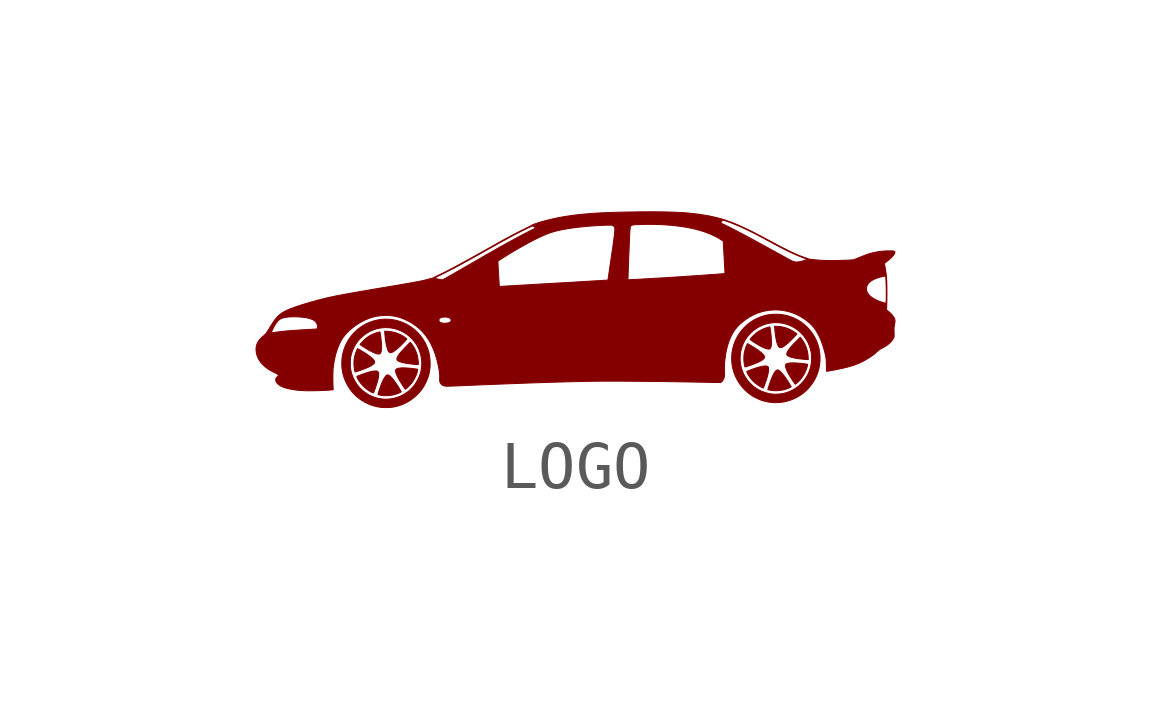
<source format=kicad_sym>
(kicad_symbol_lib
  (version 20210619)
  (generator bitmap2component)
  (symbol "LOGO"
    (pin_names
      (offset 1.016))
    (property "Reference" "#G"
      (at 0 4.667 0)
      (effects (font (size 1.27 1.27)) hide))
    (symbol "LOGO_0_0"
      (polyline (pts (xy -3.932 -2.244) (xy -3.9 -2.242) (xy -3.875 -2.24) (xy -3.831 -2.235) (xy -3.746 -2.217) (xy -3.664 -2.191) (xy -3.585 -2.158) (xy -3.509 -2.118) (xy -3.438 -2.071) (xy -3.371 -2.018) (xy -3.309 -1.959) (xy -3.253 -1.895) (xy -3.202 -1.825) (xy -3.159 -1.75) (xy -3.122 -1.67) (xy -3.099 -1.609) (xy -3.079 -1.541) (xy -3.066 -1.473) (xy -3.058 -1.402) (xy -3.056 -1.326) (xy -3.056 -1.323) (xy -3.059 -1.239) (xy -3.069 -1.159) (xy -3.086 -1.081) (xy -3.111 -1.006) (xy -3.143 -0.93) (xy -3.163 -0.889) (xy -3.208 -0.814) (xy -3.259 -0.745) (xy -3.316 -0.681) (xy -3.378 -0.623) (xy -3.445 -0.571) (xy -3.516 -0.526) (xy -3.592 -0.487) (xy -3.67 -0.455) (xy -3.752 -0.43) (xy -3.836 -0.413) (xy -3.922 -0.404) (xy -4.009 -0.403) (xy -4.036 -0.405) (xy -4.123 -0.414) (xy -4.208 -0.432) (xy -4.29 -0.458) (xy -4.368 -0.49) (xy -4.443 -0.529) (xy -4.513 -0.575) (xy -4.579 -0.627) (xy -4.64 -0.685) (xy -4.696 -0.748) (xy -4.745 -0.816) (xy -4.789 -0.889) (xy -4.826 -0.967) (xy -4.856 -1.049) (xy -4.878 -1.134) (xy -4.881 -1.145) (xy -4.889 -1.202) (xy -4.895 -1.264) (xy -4.897 -1.321) (xy -4.718 -1.321) (xy -4.718 -1.298) (xy -4.718 -1.269) (xy -4.717 -1.247) (xy -4.716 -1.228) (xy -4.714 -1.212) (xy -4.712 -1.197) (xy -4.709 -1.18) (xy -4.706 -1.17) (xy -4.684 -1.092) (xy -4.656 -1.018) (xy -4.62 -0.948) (xy -4.578 -0.883) (xy -4.529 -0.824) (xy -4.497 -0.791) (xy -4.438 -0.739) (xy -4.374 -0.694) (xy -4.307 -0.656) (xy -4.237 -0.625) (xy -4.164 -0.602) (xy -4.09 -0.587) (xy -4.015 -0.579) (xy -3.938 -0.579) (xy -3.862 -0.587) (xy -3.786 -0.603) (xy -3.712 -0.627) (xy -3.638 -0.659) (xy -3.612 -0.673) (xy -3.547 -0.714) (xy -3.486 -0.761) (xy -3.431 -0.815) (xy -3.381 -0.875) (xy -3.337 -0.938) (xy -3.301 -1.006) (xy -3.293 -1.023) (xy -3.268 -1.092) (xy -3.248 -1.163) (xy -3.236 -1.236) (xy -3.23 -1.308) (xy -3.232 -1.379) (xy -3.239 -1.435) (xy -3.249 -1.492) (xy -3.264 -1.546) (xy -3.284 -1.6) (xy -3.31 -1.657) (xy -3.316 -1.669) (xy -3.349 -1.726) (xy -3.385 -1.779) (xy -3.428 -1.829) (xy -3.47 -1.872) (xy -3.53 -1.922) (xy -3.596 -1.965) (xy -3.666 -2.002) (xy -3.739 -2.031) (xy -3.815 -2.052) (xy -3.893 -2.065) (xy -3.937 -2.069) (xy -4.013 -2.069) (xy -4.09 -2.061) (xy -4.166 -2.045) (xy -4.24 -2.021) (xy -4.31 -1.991) (xy -4.353 -1.967) (xy -4.419 -1.924) (xy -4.48 -1.874) (xy -4.535 -1.818) (xy -4.583 -1.757) (xy -4.625 -1.691) (xy -4.66 -1.621) (xy -4.688 -1.546) (xy -4.708 -1.467) (xy -4.712 -1.45) (xy -4.714 -1.434) (xy -4.716 -1.419) (xy -4.717 -1.401) (xy -4.718 -1.38) (xy -4.718 -1.354) (xy -4.718 -1.321) (xy -4.897 -1.321) (xy -4.897 -1.327) (xy -4.895 -1.389) (xy -4.89 -1.446) (xy -4.875 -1.53) (xy -4.851 -1.614) (xy -4.819 -1.696) (xy -4.78 -1.774) (xy -4.733 -1.849) (xy -4.679 -1.921) (xy -4.67 -1.931) (xy -4.612 -1.992) (xy -4.548 -2.047) (xy -4.478 -2.096) (xy -4.404 -2.139) (xy -4.327 -2.176) (xy -4.246 -2.205) (xy -4.163 -2.227) (xy -4.079 -2.24) (xy -4.064 -2.242) (xy -4.035 -2.243) (xy -4.002 -2.244) (xy -3.966 -2.244) (xy -3.932 -2.244)) (stroke (width 0.01)) (fill (type outline)))
      (polyline (pts (xy 4.218 -2.139) (xy 4.305 -2.128) (xy 4.39 -2.108) (xy 4.473 -2.081) (xy 4.553 -2.046) (xy 4.574 -2.036) (xy 4.639 -1.998) (xy 4.699 -1.957) (xy 4.755 -1.911) (xy 4.809 -1.859) (xy 4.833 -1.833) (xy 4.889 -1.764) (xy 4.938 -1.691) (xy 4.979 -1.614) (xy 5.012 -1.534) (xy 5.038 -1.451) (xy 5.055 -1.366) (xy 5.065 -1.278) (xy 5.066 -1.189) (xy 5.06 -1.11) (xy 5.046 -1.022) (xy 5.023 -0.938) (xy 4.993 -0.856) (xy 4.955 -0.778) (xy 4.909 -0.704) (xy 4.856 -0.633) (xy 4.795 -0.566) (xy 4.735 -0.512) (xy 4.666 -0.459) (xy 4.592 -0.413) (xy 4.513 -0.375) (xy 4.431 -0.344) (xy 4.346 -0.321) (xy 4.258 -0.305) (xy 4.255 -0.305) (xy 4.215 -0.302) (xy 4.169 -0.3) (xy 4.121 -0.3) (xy 4.073 -0.302) (xy 4.029 -0.306) (xy 3.99 -0.311) (xy 3.935 -0.323) (xy 3.849 -0.347) (xy 3.768 -0.38) (xy 3.69 -0.419) (xy 3.616 -0.466) (xy 3.547 -0.519) (xy 3.483 -0.58) (xy 3.425 -0.646) (xy 3.373 -0.718) (xy 3.342 -0.77) (xy 3.302 -0.848) (xy 3.271 -0.929) (xy 3.248 -1.012) (xy 3.232 -1.098) (xy 3.225 -1.187) (xy 3.225 -1.226) (xy 3.226 -1.253) (xy 3.401 -1.253) (xy 3.402 -1.176) (xy 3.41 -1.099) (xy 3.426 -1.024) (xy 3.45 -0.951) (xy 3.481 -0.881) (xy 3.519 -0.815) (xy 3.557 -0.762) (xy 3.609 -0.703) (xy 3.666 -0.65) (xy 3.727 -0.603) (xy 3.793 -0.564) (xy 3.862 -0.531) (xy 3.935 -0.505) (xy 4.01 -0.487) (xy 4.086 -0.477) (xy 4.164 -0.475) (xy 4.243 -0.481) (xy 4.258 -0.483) (xy 4.336 -0.499) (xy 4.41 -0.523) (xy 4.482 -0.555) (xy 4.55 -0.594) (xy 4.613 -0.639) (xy 4.672 -0.692) (xy 4.725 -0.75) (xy 4.726 -0.752) (xy 4.772 -0.815) (xy 4.811 -0.883) (xy 4.842 -0.953) (xy 4.866 -1.026) (xy 4.882 -1.101) (xy 4.89 -1.177) (xy 4.891 -1.253) (xy 4.883 -1.33) (xy 4.868 -1.405) (xy 4.845 -1.48) (xy 4.813 -1.552) (xy 4.812 -1.554) (xy 4.773 -1.623) (xy 4.727 -1.687) (xy 4.675 -1.745) (xy 4.618 -1.797) (xy 4.555 -1.843) (xy 4.488 -1.882) (xy 4.417 -1.915) (xy 4.341 -1.94) (xy 4.263 -1.957) (xy 4.255 -1.958) (xy 4.226 -1.961) (xy 4.193 -1.963) (xy 4.158 -1.965) (xy 4.124 -1.965) (xy 4.092 -1.964) (xy 4.067 -1.962) (xy 3.998 -1.951) (xy 3.922 -1.931) (xy 3.849 -1.904) (xy 3.78 -1.87) (xy 3.715 -1.829) (xy 3.655 -1.781) (xy 3.6 -1.728) (xy 3.55 -1.669) (xy 3.507 -1.605) (xy 3.47 -1.537) (xy 3.441 -1.464) (xy 3.423 -1.405) (xy 3.408 -1.33) (xy 3.401 -1.253) (xy 3.226 -1.253) (xy 3.228 -1.3) (xy 3.236 -1.372) (xy 3.251 -1.443) (xy 3.273 -1.516) (xy 3.304 -1.595) (xy 3.343 -1.672) (xy 3.389 -1.745) (xy 3.442 -1.814) (xy 3.501 -1.878) (xy 3.566 -1.937) (xy 3.637 -1.989) (xy 3.638 -1.99) (xy 3.669 -2.009) (xy 3.705 -2.029) (xy 3.744 -2.048) (xy 3.783 -2.067) (xy 3.821 -2.082) (xy 3.854 -2.095) (xy 3.903 -2.109) (xy 3.954 -2.121) (xy 4.005 -2.131) (xy 4.052 -2.137) (xy 4.131 -2.142) (xy 4.218 -2.139)) (stroke (width 0.01)) (fill (type outline)))
      (polyline (pts (xy -5.52 -1.894) (xy -5.466 -1.893) (xy -5.41 -1.892) (xy -5.354 -1.891) (xy -5.301 -1.889) (xy -5.249 -1.887) (xy -5.202 -1.884) (xy -5.159 -1.881) (xy -5.123 -1.878) (xy -5.093 -1.875) (xy -5.075 -1.872) (xy -5.079 -1.79) (xy -5.08 -1.76) (xy -5.081 -1.71) (xy -5.082 -1.659) (xy -5.082 -1.608) (xy -5.082 -1.559) (xy -5.08 -1.513) (xy -5.079 -1.471) (xy -5.077 -1.435) (xy -5.074 -1.407) (xy -5.059 -1.303) (xy -5.039 -1.2) (xy -5.014 -1.103) (xy -4.985 -1.014) (xy -4.951 -0.931) (xy -4.913 -0.855) (xy -4.87 -0.786) (xy -4.857 -0.768) (xy -4.813 -0.715) (xy -4.763 -0.661) (xy -4.706 -0.61) (xy -4.645 -0.561) (xy -4.581 -0.515) (xy -4.513 -0.473) (xy -4.445 -0.436) (xy -4.411 -0.42) (xy -4.343 -0.391) (xy -4.278 -0.368) (xy -4.213 -0.35) (xy -4.147 -0.338) (xy -4.079 -0.33) (xy -4.005 -0.326) (xy -3.987 -0.326) (xy -3.957 -0.325) (xy -3.932 -0.325) (xy -3.911 -0.326) (xy -3.892 -0.328) (xy -3.871 -0.33) (xy -3.849 -0.333) (xy -3.814 -0.338) (xy -3.756 -0.35) (xy -3.701 -0.364) (xy -3.648 -0.382) (xy -3.593 -0.404) (xy -3.553 -0.423) (xy -2.873 -0.423) (xy -2.871 -0.406) (xy -2.861 -0.39) (xy -2.843 -0.376) (xy -2.818 -0.366) (xy -2.786 -0.36) (xy -2.747 -0.358) (xy -2.714 -0.36) (xy -2.683 -0.365) (xy -2.658 -0.375) (xy -2.657 -0.375) (xy -2.636 -0.389) (xy -2.623 -0.405) (xy -2.618 -0.422) (xy -2.62 -0.439) (xy -2.63 -0.455) (xy -2.647 -0.469) (xy -2.672 -0.479) (xy -2.676 -0.48) (xy -2.697 -0.484) (xy -2.722 -0.486) (xy -2.749 -0.487) (xy -2.776 -0.487) (xy -2.799 -0.485) (xy -2.816 -0.481) (xy -2.831 -0.476) (xy -2.851 -0.467) (xy -2.864 -0.455) (xy -2.871 -0.441) (xy -2.873 -0.423) (xy -3.553 -0.423) (xy -3.534 -0.432) (xy -3.51 -0.444) (xy -3.428 -0.49) (xy -3.353 -0.542) (xy -3.283 -0.599) (xy -3.218 -0.662) (xy -3.159 -0.731) (xy -3.105 -0.806) (xy -3.056 -0.888) (xy -3.011 -0.977) (xy -2.97 -1.074) (xy -2.964 -1.09) (xy -2.947 -1.141) (xy -2.93 -1.195) (xy -2.914 -1.252) (xy -2.9 -1.31) (xy -2.887 -1.367) (xy -2.876 -1.423) (xy -2.867 -1.475) (xy -2.861 -1.524) (xy -2.857 -1.567) (xy -2.857 -1.604) (xy -2.857 -1.608) (xy -2.858 -1.639) (xy -2.858 -1.662) (xy -2.857 -1.68) (xy -2.856 -1.693) (xy -2.854 -1.704) (xy -2.851 -1.714) (xy -2.847 -1.724) (xy -2.834 -1.746) (xy -2.814 -1.768) (xy -2.789 -1.784) (xy -2.757 -1.794) (xy -2.72 -1.799) (xy -2.714 -1.799) (xy -2.699 -1.799) (xy -2.676 -1.799) (xy -2.647 -1.798) (xy -2.612 -1.797) (xy -2.573 -1.795) (xy -2.529 -1.794) (xy -2.482 -1.792) (xy -2.433 -1.79) (xy -2.382 -1.788) (xy -2.359 -1.787) (xy -2.111 -1.776) (xy -1.87 -1.766) (xy -1.636 -1.757) (xy -1.409 -1.748) (xy -1.189 -1.74) (xy -0.977 -1.732) (xy -0.772 -1.725) (xy -0.575 -1.719) (xy -0.386 -1.713) (xy -0.205 -1.708) (xy -0.032 -1.704) (xy 0.132 -1.7) (xy 0.289 -1.697) (xy 0.318 -1.697) (xy 0.396 -1.696) (xy 0.481 -1.695) (xy 0.574 -1.694) (xy 0.674 -1.694) (xy 0.781 -1.694) (xy 0.894 -1.694) (xy 1.014 -1.695) (xy 1.138 -1.696) (xy 1.268 -1.697) (xy 1.402 -1.698) (xy 1.541 -1.7) (xy 1.683 -1.701) (xy 1.829 -1.703) (xy 1.978 -1.705) (xy 2.13 -1.708) (xy 2.283 -1.71) (xy 2.439 -1.713) (xy 2.595 -1.716) (xy 2.753 -1.719) (xy 2.768 -1.72) (xy 2.811 -1.72) (xy 2.851 -1.721) (xy 2.888 -1.722) (xy 2.921 -1.722) (xy 2.948 -1.722) (xy 2.97 -1.722) (xy 2.984 -1.722) (xy 2.991 -1.721) (xy 2.992 -1.721) (xy 3.008 -1.714) (xy 3.025 -1.7) (xy 3.04 -1.68) (xy 3.054 -1.656) (xy 3.065 -1.63) (xy 3.073 -1.603) (xy 3.077 -1.577) (xy 3.077 -1.552) (xy 3.076 -1.545) (xy 3.075 -1.527) (xy 3.074 -1.503) (xy 3.074 -1.475) (xy 3.074 -1.444) (xy 3.075 -1.412) (xy 3.075 -1.379) (xy 3.076 -1.349) (xy 3.077 -1.322) (xy 3.079 -1.3) (xy 3.084 -1.248) (xy 3.098 -1.141) (xy 3.117 -1.04) (xy 3.142 -0.945) (xy 3.171 -0.856) (xy 3.206 -0.774) (xy 3.245 -0.698) (xy 3.289 -0.629) (xy 3.338 -0.567) (xy 3.392 -0.511) (xy 3.436 -0.473) (xy 3.515 -0.411) (xy 3.597 -0.358) (xy 3.681 -0.313) (xy 3.767 -0.276) (xy 3.856 -0.247) (xy 3.947 -0.226) (xy 4.04 -0.214) (xy 4.135 -0.209) (xy 4.205 -0.212) (xy 4.3 -0.222) (xy 4.392 -0.241) (xy 4.481 -0.267) (xy 4.569 -0.302) (xy 4.654 -0.345) (xy 4.736 -0.397) (xy 4.748 -0.405) (xy 4.806 -0.448) (xy 4.858 -0.493) (xy 4.904 -0.539) (xy 4.945 -0.589) (xy 4.984 -0.644) (xy 5.02 -0.706) (xy 5.023 -0.71) (xy 5.048 -0.76) (xy 5.074 -0.818) (xy 5.098 -0.879) (xy 5.122 -0.944) (xy 5.142 -1.01) (xy 5.16 -1.075) (xy 5.161 -1.078) (xy 5.17 -1.115) (xy 5.178 -1.146) (xy 5.184 -1.174) (xy 5.188 -1.199) (xy 5.191 -1.225) (xy 5.194 -1.252) (xy 5.195 -1.282) (xy 5.197 -1.317) (xy 5.197 -1.36) (xy 5.198 -1.369) (xy 5.199 -1.401) (xy 5.199 -1.429) (xy 5.2 -1.452) (xy 5.201 -1.471) (xy 5.202 -1.483) (xy 5.202 -1.488) (xy 5.207 -1.488) (xy 5.22 -1.486) (xy 5.239 -1.484) (xy 5.263 -1.48) (xy 5.292 -1.474) (xy 5.324 -1.469) (xy 5.359 -1.462) (xy 5.395 -1.455) (xy 5.431 -1.448) (xy 5.468 -1.44) (xy 5.503 -1.433) (xy 5.535 -1.426) (xy 5.564 -1.419) (xy 5.589 -1.413) (xy 5.639 -1.401) (xy 5.701 -1.383) (xy 5.758 -1.366) (xy 5.809 -1.348) (xy 5.858 -1.329) (xy 5.905 -1.308) (xy 5.952 -1.285) (xy 6 -1.259) (xy 6.051 -1.229) (xy 6.053 -1.228) (xy 6.082 -1.21) (xy 6.11 -1.192) (xy 6.137 -1.174) (xy 6.162 -1.157) (xy 6.182 -1.143) (xy 6.197 -1.131) (xy 6.207 -1.122) (xy 6.207 -1.121) (xy 6.215 -1.114) (xy 6.227 -1.103) (xy 6.242 -1.089) (xy 6.258 -1.074) (xy 6.262 -1.071) (xy 6.284 -1.052) (xy 6.304 -1.038) (xy 6.325 -1.024) (xy 6.35 -1.011) (xy 6.399 -0.985) (xy 6.453 -0.951) (xy 6.499 -0.916) (xy 6.538 -0.879) (xy 6.57 -0.842) (xy 6.593 -0.804) (xy 6.609 -0.772) (xy 6.608 -0.674) (xy 6.607 -0.659) (xy 6.607 -0.629) (xy 6.607 -0.606) (xy 6.608 -0.586) (xy 6.609 -0.569) (xy 6.611 -0.553) (xy 6.614 -0.536) (xy 6.618 -0.515) (xy 6.619 -0.509) (xy 6.624 -0.477) (xy 6.627 -0.451) (xy 6.627 -0.429) (xy 6.624 -0.41) (xy 6.618 -0.392) (xy 6.609 -0.374) (xy 6.603 -0.363) (xy 6.584 -0.335) (xy 6.56 -0.306) (xy 6.532 -0.277) (xy 6.501 -0.249) (xy 6.471 -0.225) (xy 6.452 -0.212) (xy 6.455 -0.101) (xy 6.456 -0.073) (xy 6.457 -0.027) (xy 6.458 0.022) (xy 6.458 0.073) (xy 6.459 0.125) (xy 6.459 0.177) (xy 6.458 0.227) (xy 6.458 0.274) (xy 6.457 0.318) (xy 6.456 0.356) (xy 6.455 0.388) (xy 6.454 0.413) (xy 6.453 0.424) (xy 6.451 0.45) (xy 6.449 0.474) (xy 6.447 0.495) (xy 6.446 0.509) (xy 6.445 0.515) (xy 6.443 0.535) (xy 6.44 0.561) (xy 6.435 0.591) (xy 6.43 0.623) (xy 6.425 0.656) (xy 6.42 0.687) (xy 6.414 0.714) (xy 6.406 0.759) (xy 6.416 0.767) (xy 6.424 0.772) (xy 6.436 0.782) (xy 6.452 0.794) (xy 6.469 0.808) (xy 6.497 0.831) (xy 6.534 0.863) (xy 6.565 0.894) (xy 6.59 0.921) (xy 6.608 0.946) (xy 6.62 0.967) (xy 6.625 0.985) (xy 6.624 1) (xy 6.615 1.01) (xy 6.599 1.016) (xy 6.594 1.017) (xy 6.578 1.019) (xy 6.555 1.019) (xy 6.528 1.02) (xy 6.497 1.019) (xy 6.465 1.019) (xy 6.433 1.018) (xy 6.402 1.016) (xy 6.374 1.014) (xy 6.35 1.012) (xy 6.301 1.006) (xy 6.254 0.998) (xy 6.209 0.99) (xy 6.164 0.98) (xy 6.119 0.968) (xy 6.073 0.954) (xy 6.024 0.937) (xy 5.971 0.917) (xy 5.912 0.894) (xy 5.848 0.868) (xy 5.766 0.834) (xy 5.702 0.83) (xy 5.686 0.829) (xy 5.66 0.828) (xy 5.629 0.826) (xy 5.593 0.825) (xy 5.555 0.823) (xy 5.515 0.822) (xy 5.475 0.821) (xy 5.427 0.819) (xy 5.32 0.818) (xy 5.218 0.819) (xy 5.12 0.822) (xy 5.029 0.828) (xy 4.944 0.836) (xy 4.866 0.845) (xy 4.848 0.848) (xy 4.831 0.851) (xy 4.82 0.854) (xy 4.815 0.855) (xy 4.812 0.857) (xy 4.802 0.861) (xy 4.789 0.866) (xy 4.779 0.87) (xy 4.753 0.878) (xy 4.723 0.89) (xy 4.689 0.902) (xy 4.654 0.916) (xy 4.62 0.93) (xy 4.587 0.943) (xy 4.558 0.956) (xy 4.535 0.966) (xy 4.489 0.987) (xy 4.436 1.012) (xy 4.377 1.041) (xy 4.313 1.074) (xy 4.243 1.109) (xy 4.169 1.148) (xy 4.091 1.19) (xy 4.009 1.234) (xy 3.922 1.28) (xy 3.823 1.333) (xy 3.73 1.381) (xy 3.643 1.426) (xy 3.56 1.466) (xy 3.482 1.503) (xy 3.409 1.537) (xy 3.338 1.568) (xy 3.271 1.596) (xy 3.205 1.621) (xy 3.142 1.644) (xy 3.079 1.665) (xy 3.018 1.684) (xy 2.956 1.701) (xy 2.894 1.717) (xy 2.831 1.731) (xy 2.767 1.745) (xy 2.731 1.752) (xy 2.666 1.763) (xy 2.6 1.774) (xy 2.533 1.784) (xy 2.464 1.792) (xy 2.393 1.8) (xy 2.319 1.808) (xy 2.242 1.814) (xy 2.162 1.819) (xy 2.077 1.823) (xy 1.988 1.827) (xy 1.895 1.83) (xy 1.796 1.832) (xy 1.692 1.833) (xy 1.582 1.834) (xy 1.465 1.833) (xy 1.342 1.833) (xy 1.211 1.831) (xy 1.072 1.829) (xy 0.926 1.826) (xy 0.822 1.823) (xy 0.676 1.819) (xy 0.537 1.813) (xy 0.405 1.806) (xy 0.28 1.797) (xy 0.16 1.787) (xy 0.046 1.776) (xy -0.064 1.763) (xy -0.169 1.748) (xy -0.271 1.732) (xy -0.37 1.714) (xy -0.467 1.694) (xy -0.562 1.672) (xy -0.655 1.649) (xy -0.748 1.623) (xy -0.776 1.615) (xy -0.805 1.605) (xy -0.817 1.601) (xy 2.999 1.601) (xy 2.999 1.602) (xy 3.002 1.609) (xy 3.009 1.62) (xy 3.017 1.635) (xy 3.021 1.643) (xy 3.027 1.651) (xy 3.032 1.657) (xy 3.038 1.66) (xy 3.046 1.661) (xy 3.057 1.658) (xy 3.073 1.653) (xy 3.095 1.646) (xy 3.124 1.635) (xy 3.179 1.616) (xy 3.261 1.584) (xy 3.344 1.55) (xy 3.429 1.512) (xy 3.517 1.472) (xy 3.611 1.426) (xy 3.637 1.413) (xy 3.663 1.4) (xy 3.689 1.387) (xy 3.715 1.374) (xy 3.742 1.36) (xy 3.771 1.345) (xy 3.802 1.328) (xy 3.836 1.31) (xy 3.875 1.29) (xy 3.917 1.267) (xy 3.965 1.241) (xy 4.02 1.212) (xy 4.08 1.179) (xy 4.102 1.167) (xy 4.187 1.122) (xy 4.265 1.081) (xy 4.338 1.044) (xy 4.406 1.01) (xy 4.47 0.98) (xy 4.532 0.952) (xy 4.591 0.926) (xy 4.649 0.902) (xy 4.706 0.88) (xy 4.763 0.859) (xy 4.772 0.856) (xy 4.787 0.851) (xy 4.796 0.847) (xy 4.798 0.844) (xy 4.796 0.842) (xy 4.791 0.84) (xy 4.785 0.837) (xy 4.764 0.829) (xy 4.738 0.821) (xy 4.71 0.812) (xy 4.682 0.804) (xy 4.657 0.797) (xy 4.637 0.793) (xy 4.594 0.788) (xy 4.554 0.788) (xy 4.52 0.794) (xy 4.516 0.795) (xy 4.503 0.801) (xy 4.483 0.81) (xy 4.459 0.822) (xy 4.43 0.837) (xy 4.398 0.854) (xy 4.364 0.873) (xy 4.299 0.909) (xy 4.21 0.958) (xy 4.128 1.004) (xy 4.05 1.046) (xy 3.978 1.086) (xy 3.911 1.123) (xy 3.847 1.157) (xy 3.787 1.19) (xy 3.729 1.222) (xy 3.673 1.252) (xy 3.618 1.282) (xy 3.563 1.311) (xy 3.509 1.341) (xy 3.454 1.37) (xy 3.421 1.387) (xy 3.375 1.412) (xy 3.328 1.436) (xy 3.282 1.46) (xy 3.237 1.483) (xy 3.194 1.505) (xy 3.154 1.525) (xy 3.118 1.543) (xy 3.086 1.559) (xy 3.059 1.571) (xy 3.038 1.581) (xy 3.024 1.587) (xy 3.024 1.587) (xy 3.011 1.593) (xy 3.002 1.598) (xy 2.999 1.601) (xy -0.817 1.601) (xy -0.835 1.595) (xy -0.862 1.586) (xy -0.887 1.577) (xy -0.909 1.568) (xy -0.926 1.561) (xy -0.937 1.556) (xy -0.941 1.552) (xy -0.941 1.552) (xy -0.946 1.548) (xy -0.957 1.542) (xy -0.972 1.535) (xy -0.984 1.529) (xy -1.008 1.518) (xy -1.037 1.503) (xy -1.07 1.487) (xy -1.107 1.469) (xy -1.146 1.449) (xy -1.186 1.429) (xy -1.226 1.409) (xy -1.264 1.389) (xy -1.299 1.371) (xy -1.331 1.355) (xy -1.358 1.341) (xy -1.37 1.334) (xy -1.397 1.32) (xy -1.423 1.305) (xy -1.45 1.291) (xy -1.478 1.276) (xy -1.508 1.26) (xy -1.539 1.242) (xy -1.573 1.224) (xy -1.61 1.203) (xy -1.651 1.18) (xy -1.696 1.155) (xy -1.746 1.127) (xy -1.802 1.095) (xy -1.865 1.06) (xy -1.934 1.021) (xy -2.036 0.964) (xy -2.133 0.91) (xy -2.224 0.859) (xy -2.308 0.813) (xy -2.387 0.77) (xy -2.46 0.73) (xy -2.529 0.693) (xy -2.593 0.659) (xy -2.653 0.627) (xy -2.709 0.598) (xy -2.761 0.572) (xy -2.812 0.547) (xy -2.859 0.524) (xy -2.904 0.502) (xy -2.919 0.495) (xy -2.942 0.484) (xy -2.962 0.474) (xy -2.978 0.465) (xy -2.988 0.46) (xy -2.991 0.457) (xy -2.991 0.455) (xy -2.996 0.454) (xy -3.001 0.454) (xy -3.012 0.451) (xy -3.014 0.451) (xy -2.976 0.451) (xy -2.81 0.532) (xy -2.801 0.537) (xy -2.758 0.558) (xy -2.717 0.579) (xy -2.678 0.599) (xy -2.639 0.619) (xy -2.6 0.639) (xy -2.56 0.659) (xy -2.52 0.681) (xy -2.477 0.704) (xy -2.433 0.728) (xy -2.385 0.753) (xy -2.335 0.781) (xy -2.28 0.811) (xy -2.221 0.844) (xy -2.156 0.88) (xy -2.086 0.919) (xy -2.01 0.962) (xy -1.926 1.009) (xy -1.859 1.047) (xy -1.787 1.087) (xy -1.721 1.124) (xy -1.662 1.157) (xy -1.607 1.188) (xy -1.557 1.216) (xy -1.51 1.241) (xy -1.468 1.264) (xy -1.428 1.286) (xy -1.39 1.307) (xy -1.354 1.326) (xy -1.319 1.345) (xy -1.284 1.363) (xy -1.25 1.381) (xy -1.245 1.383) (xy -1.214 1.399) (xy -1.18 1.417) (xy -1.145 1.434) (xy -1.11 1.452) (xy -1.075 1.469) (xy -1.042 1.485) (xy -1.011 1.5) (xy -0.983 1.513) (xy -0.96 1.524) (xy -0.941 1.532) (xy -0.928 1.538) (xy -0.922 1.539) (xy -0.917 1.538) (xy -0.905 1.531) (xy -0.888 1.52) (xy -0.869 1.506) (xy -0.855 1.496) (xy -0.905 1.471) (xy -0.914 1.467) (xy -0.983 1.433) (xy -1.059 1.394) (xy -1.141 1.351) (xy -1.231 1.303) (xy -1.326 1.251) (xy -1.428 1.196) (xy -1.536 1.136) (xy -1.649 1.073) (xy -1.768 1.005) (xy -1.891 0.935) (xy -2.02 0.86) (xy -2.04 0.849) (xy -2.119 0.803) (xy -1.644 0.803) (xy -1.643 0.808) (xy -1.638 0.812) (xy -1.626 0.82) (xy -1.608 0.831) (xy -1.586 0.845) (xy -1.56 0.862) (xy -1.532 0.879) (xy -1.502 0.898) (xy -1.471 0.917) (xy -1.44 0.936) (xy -1.41 0.955) (xy -1.382 0.972) (xy -1.357 0.987) (xy -1.339 0.998) (xy -1.23 1.062) (xy -1.126 1.121) (xy -1.027 1.176) (xy -0.934 1.226) (xy -0.846 1.27) (xy -0.764 1.31) (xy -0.688 1.344) (xy -0.618 1.373) (xy -0.554 1.397) (xy -0.492 1.416) (xy -0.413 1.438) (xy -0.325 1.457) (xy -0.23 1.475) (xy -0.127 1.492) (xy -0.015 1.507) (xy 0.103 1.52) (xy 0.23 1.532) (xy 0.363 1.542) (xy 0.504 1.55) (xy 0.515 1.551) (xy 0.564 1.553) (xy 0.607 1.555) (xy 0.642 1.556) (xy 0.671 1.556) (xy 0.694 1.556) (xy 0.713 1.555) (xy 0.727 1.554) (xy 0.738 1.551) (xy 0.746 1.548) (xy 0.755 1.544) (xy 0.775 1.528) (xy 0.786 1.508) (xy 0.788 1.505) (xy 0.789 1.497) (xy 0.79 1.486) (xy 0.791 1.472) (xy 0.791 1.456) (xy 0.79 1.436) (xy 0.788 1.411) (xy 0.785 1.383) (xy 0.782 1.35) (xy 0.777 1.312) (xy 0.771 1.268) (xy 0.765 1.218) (xy 0.757 1.163) (xy 0.749 1.1) (xy 0.739 1.031) (xy 0.727 0.955) (xy 0.715 0.871) (xy 0.701 0.778) (xy 0.699 0.759) (xy 0.691 0.71) (xy 0.684 0.663) (xy 0.678 0.619) (xy 0.672 0.578) (xy 0.666 0.541) (xy 0.662 0.509) (xy 0.658 0.483) (xy 0.655 0.465) (xy 0.654 0.453) (xy 0.652 0.443) (xy 0.65 0.427) (xy 0.649 0.417) (xy 1.065 0.417) (xy 1.065 0.441) (xy 1.065 0.452) (xy 1.066 0.47) (xy 1.067 0.496) (xy 1.068 0.528) (xy 1.069 0.567) (xy 1.071 0.611) (xy 1.073 0.66) (xy 1.075 0.713) (xy 1.077 0.77) (xy 1.079 0.83) (xy 1.081 0.893) (xy 1.084 0.958) (xy 1.087 1.03) (xy 1.09 1.103) (xy 1.092 1.168) (xy 1.095 1.226) (xy 1.097 1.278) (xy 1.099 1.323) (xy 1.101 1.362) (xy 1.103 1.395) (xy 1.104 1.424) (xy 1.106 1.448) (xy 1.108 1.468) (xy 1.109 1.485) (xy 1.111 1.498) (xy 1.113 1.509) (xy 1.115 1.517) (xy 1.117 1.524) (xy 1.12 1.529) (xy 1.122 1.533) (xy 1.128 1.541) (xy 1.138 1.549) (xy 1.153 1.555) (xy 1.172 1.56) (xy 1.197 1.563) (xy 1.229 1.565) (xy 1.347 1.57) (xy 1.49 1.572) (xy 1.633 1.571) (xy 1.774 1.566) (xy 1.912 1.557) (xy 2.045 1.544) (xy 2.172 1.529) (xy 2.226 1.52) (xy 2.345 1.499) (xy 2.458 1.474) (xy 2.567 1.445) (xy 2.669 1.412) (xy 2.765 1.376) (xy 2.854 1.336) (xy 2.937 1.294) (xy 3.011 1.248) (xy 3.023 1.24) (xy 3.037 1.231) (xy 3.046 1.224) (xy 3.049 1.222) (xy 3.049 1.22) (xy 3.05 1.21) (xy 3.051 1.193) (xy 3.052 1.169) (xy 3.054 1.14) (xy 3.056 1.106) (xy 3.058 1.069) (xy 3.06 1.027) (xy 3.062 0.984) (xy 3.065 0.938) (xy 3.07 0.846) (xy 3.072 0.8) (xy 3.075 0.756) (xy 3.077 0.714) (xy 3.079 0.675) (xy 3.081 0.64) (xy 3.083 0.609) (xy 3.084 0.584) (xy 3.085 0.565) (xy 3.085 0.553) (xy 3.086 0.549) (xy 3.085 0.548) (xy 3.077 0.547) (xy 3.062 0.546) (xy 3.039 0.544) (xy 3.01 0.541) (xy 2.974 0.539) (xy 2.932 0.535) (xy 2.885 0.532) (xy 2.833 0.528) (xy 2.776 0.524) (xy 2.716 0.52) (xy 2.652 0.515) (xy 2.586 0.51) (xy 2.517 0.506) (xy 2.446 0.501) (xy 2.374 0.496) (xy 2.301 0.491) (xy 2.227 0.486) (xy 2.154 0.481) (xy 2.081 0.476) (xy 2.009 0.472) (xy 1.939 0.467) (xy 1.871 0.463) (xy 1.805 0.459) (xy 1.742 0.455) (xy 1.74 0.455) (xy 1.698 0.453) (xy 1.649 0.45) (xy 1.595 0.447) (xy 1.538 0.443) (xy 1.48 0.44) (xy 1.421 0.437) (xy 1.365 0.433) (xy 1.312 0.43) (xy 1.065 0.417) (xy 0.649 0.417) (xy 0.649 0.416) (xy 0.648 0.412) (xy 0.647 0.412) (xy 0.64 0.411) (xy 0.625 0.41) (xy 0.601 0.409) (xy 0.57 0.407) (xy 0.531 0.404) (xy 0.484 0.401) (xy 0.431 0.398) (xy 0.371 0.395) (xy 0.304 0.391) (xy 0.23 0.386) (xy 0.15 0.382) (xy 0.065 0.377) (xy -0.027 0.371) (xy -0.124 0.365) (xy -0.227 0.359) (xy -0.334 0.353) (xy -0.447 0.347) (xy -0.564 0.34) (xy -0.686 0.333) (xy -0.812 0.326) (xy -0.942 0.318) (xy -1.075 0.31) (xy -1.089 0.309) (xy -1.153 0.306) (xy -1.214 0.302) (xy -1.273 0.299) (xy -1.329 0.295) (xy -1.38 0.292) (xy -1.428 0.29) (xy -1.47 0.287) (xy -1.507 0.285) (xy -1.537 0.283) (xy -1.561 0.282) (xy -1.577 0.281) (xy -1.585 0.28) (xy -1.616 0.278) (xy -1.616 0.294) (xy -1.617 0.299) (xy -1.617 0.312) (xy -1.618 0.332) (xy -1.62 0.359) (xy -1.622 0.391) (xy -1.624 0.428) (xy -1.626 0.468) (xy -1.629 0.512) (xy -1.631 0.558) (xy -1.634 0.596) (xy -1.636 0.639) (xy -1.639 0.679) (xy -1.64 0.715) (xy -1.642 0.746) (xy -1.643 0.771) (xy -1.643 0.791) (xy -1.644 0.803) (xy -2.119 0.803) (xy -2.119 0.803) (xy -2.192 0.761) (xy -2.258 0.723) (xy -2.318 0.689) (xy -2.422 0.628) (xy -2.467 0.603) (xy -2.507 0.58) (xy -2.543 0.559) (xy -2.576 0.54) (xy -2.606 0.523) (xy -2.634 0.507) (xy -2.659 0.493) (xy -2.682 0.48) (xy -2.694 0.473) (xy -2.722 0.457) (xy -2.747 0.444) (xy -2.769 0.432) (xy -2.786 0.423) (xy -2.798 0.417) (xy -2.804 0.415) (xy -2.804 0.415) (xy -2.811 0.416) (xy -2.825 0.419) (xy -2.845 0.423) (xy -2.868 0.428) (xy -2.893 0.433) (xy -2.976 0.451) (xy -3.014 0.451) (xy -3.03 0.447) (xy -3.051 0.441) (xy -3.075 0.435) (xy -3.092 0.43) (xy -3.114 0.424) (xy -3.136 0.418) (xy -3.159 0.413) (xy -3.182 0.407) (xy -3.208 0.401) (xy -3.235 0.396) (xy -3.265 0.389) (xy -3.298 0.383) (xy -3.334 0.376) (xy -3.374 0.368) (xy -3.418 0.36) (xy -3.467 0.351) (xy -3.521 0.342) (xy -3.58 0.332) (xy -3.645 0.32) (xy -3.716 0.308) (xy -3.794 0.295) (xy -3.879 0.28) (xy -3.972 0.265) (xy -4.073 0.248) (xy -4.09 0.245) (xy -4.143 0.236) (xy 6.036 0.236) (xy 6.036 0.255) (xy 6.037 0.269) (xy 6.04 0.28) (xy 6.044 0.292) (xy 6.05 0.305) (xy 6.054 0.313) (xy 6.077 0.346) (xy 6.108 0.376) (xy 6.147 0.404) (xy 6.194 0.429) (xy 6.249 0.451) (xy 6.312 0.471) (xy 6.382 0.488) (xy 6.397 0.491) (xy 6.413 0.494) (xy 6.425 0.495) (xy 6.429 0.495) (xy 6.43 0.494) (xy 6.432 0.487) (xy 6.434 0.472) (xy 6.436 0.45) (xy 6.438 0.422) (xy 6.44 0.39) (xy 6.441 0.354) (xy 6.443 0.315) (xy 6.444 0.274) (xy 6.445 0.231) (xy 6.446 0.189) (xy 6.446 0.146) (xy 6.446 0.106) (xy 6.446 0.068) (xy 6.445 0.033) (xy 6.444 0.003) (xy 6.443 -0.022) (xy 6.442 -0.035) (xy 6.439 -0.056) (xy 6.437 -0.068) (xy 6.434 -0.072) (xy 6.428 -0.071) (xy 6.415 -0.068) (xy 6.397 -0.062) (xy 6.376 -0.056) (xy 6.353 -0.049) (xy 6.331 -0.041) (xy 6.31 -0.034) (xy 6.293 -0.027) (xy 6.244 -0.006) (xy 6.189 0.022) (xy 6.143 0.052) (xy 6.104 0.084) (xy 6.074 0.117) (xy 6.052 0.153) (xy 6.049 0.159) (xy 6.043 0.172) (xy 6.039 0.184) (xy 6.037 0.195) (xy 6.036 0.21) (xy 6.036 0.231) (xy 6.036 0.236) (xy -4.143 0.236) (xy -4.198 0.227) (xy -4.298 0.21) (xy -4.39 0.194) (xy -4.475 0.179) (xy -4.554 0.166) (xy -4.627 0.153) (xy -4.694 0.141) (xy -4.756 0.13) (xy -4.814 0.12) (xy -4.867 0.11) (xy -4.916 0.101) (xy -4.962 0.092) (xy -5.005 0.084) (xy -5.045 0.075) (xy -5.084 0.067) (xy -5.121 0.059) (xy -5.157 0.051) (xy -5.193 0.043) (xy -5.228 0.035) (xy -5.264 0.026) (xy -5.3 0.017) (xy -5.352 0.004) (xy -5.427 -0.016) (xy -5.504 -0.037) (xy -5.58 -0.059) (xy -5.655 -0.081) (xy -5.727 -0.103) (xy -5.796 -0.126) (xy -5.86 -0.147) (xy -5.917 -0.168) (xy -5.968 -0.187) (xy -6.022 -0.21) (xy -6.07 -0.233) (xy -6.114 -0.256) (xy -6.153 -0.281) (xy -6.189 -0.308) (xy -6.223 -0.339) (xy -6.256 -0.374) (xy -6.288 -0.413) (xy -6.32 -0.458) (xy -6.354 -0.51) (xy -6.39 -0.568) (xy -6.413 -0.607) (xy -6.433 -0.638) (xy -6.449 -0.664) (xy -6.462 -0.684) (xy -6.362 -0.684) (xy -6.36 -0.676) (xy -6.356 -0.662) (xy -6.348 -0.642) (xy -6.33 -0.603) (xy -6.306 -0.555) (xy -6.28 -0.511) (xy -6.254 -0.473) (xy -6.228 -0.441) (xy -6.201 -0.416) (xy -6.176 -0.399) (xy -6.16 -0.391) (xy -6.128 -0.379) (xy -6.092 -0.369) (xy -6.05 -0.362) (xy -6.003 -0.357) (xy -5.948 -0.354) (xy -5.886 -0.353) (xy -5.835 -0.354) (xy -5.766 -0.357) (xy -5.702 -0.364) (xy -5.643 -0.372) (xy -5.59 -0.383) (xy -5.544 -0.397) (xy -5.504 -0.412) (xy -5.472 -0.429) (xy -5.468 -0.433) (xy -5.442 -0.456) (xy -5.422 -0.484) (xy -5.408 -0.514) (xy -5.402 -0.546) (xy -5.404 -0.578) (xy -5.407 -0.59) (xy -5.409 -0.601) (xy -5.41 -0.606) (xy -5.414 -0.606) (xy -5.425 -0.607) (xy -5.443 -0.608) (xy -5.466 -0.61) (xy -5.495 -0.612) (xy -5.527 -0.614) (xy -5.561 -0.616) (xy -5.573 -0.616) (xy -5.659 -0.621) (xy -5.737 -0.626) (xy -5.809 -0.631) (xy -5.874 -0.635) (xy -5.934 -0.64) (xy -5.989 -0.644) (xy -6.04 -0.648) (xy -6.088 -0.653) (xy -6.134 -0.658) (xy -6.178 -0.663) (xy -6.221 -0.668) (xy -6.264 -0.674) (xy -6.289 -0.677) (xy -6.312 -0.681) (xy -6.332 -0.683) (xy -6.346 -0.686) (xy -6.353 -0.687) (xy -6.356 -0.688) (xy -6.361 -0.687) (xy -6.362 -0.684) (xy -6.462 -0.684) (xy -6.463 -0.685) (xy -6.474 -0.7) (xy -6.484 -0.712) (xy -6.493 -0.721) (xy -6.502 -0.727) (xy -6.505 -0.729) (xy -6.515 -0.738) (xy -6.521 -0.747) (xy -6.525 -0.753) (xy -6.529 -0.755) (xy -6.533 -0.756) (xy -6.542 -0.762) (xy -6.553 -0.772) (xy -6.567 -0.785) (xy -6.587 -0.805) (xy -6.623 -0.848) (xy -6.651 -0.893) (xy -6.67 -0.941) (xy -6.681 -0.99) (xy -6.683 -1.042) (xy -6.678 -1.096) (xy -6.664 -1.153) (xy -6.645 -1.203) (xy -6.617 -1.257) (xy -6.58 -1.308) (xy -6.535 -1.357) (xy -6.514 -1.377) (xy -6.484 -1.403) (xy -6.452 -1.427) (xy -6.417 -1.451) (xy -6.378 -1.474) (xy -6.334 -1.498) (xy -6.282 -1.524) (xy -6.275 -1.528) (xy -6.251 -1.54) (xy -6.233 -1.55) (xy -6.221 -1.557) (xy -6.215 -1.562) (xy -6.213 -1.566) (xy -6.213 -1.568) (xy -6.218 -1.576) (xy -6.227 -1.588) (xy -6.238 -1.601) (xy -6.239 -1.602) (xy -6.254 -1.618) (xy -6.264 -1.631) (xy -6.27 -1.641) (xy -6.272 -1.652) (xy -6.273 -1.665) (xy -6.272 -1.674) (xy -6.266 -1.7) (xy -6.251 -1.726) (xy -6.229 -1.751) (xy -6.2 -1.775) (xy -6.166 -1.797) (xy -6.159 -1.801) (xy -6.121 -1.817) (xy -6.076 -1.833) (xy -6.024 -1.847) (xy -5.967 -1.86) (xy -5.905 -1.871) (xy -5.839 -1.88) (xy -5.771 -1.887) (xy -5.7 -1.891) (xy -5.667 -1.893) (xy -5.622 -1.894) (xy -5.573 -1.894) (xy -5.52 -1.894)) (stroke (width 0.01)) (fill (type outline)))
      (polyline (pts (xy -3.959 -1.995) (xy -3.926 -1.993) (xy -3.894 -1.991) (xy -3.866 -1.988) (xy -3.844 -1.985) (xy -3.812 -1.977) (xy -3.777 -1.967) (xy -3.742 -1.956) (xy -3.711 -1.944) (xy -3.685 -1.933) (xy -3.684 -1.932) (xy -3.671 -1.925) (xy -3.661 -1.92) (xy -3.657 -1.918) (xy -3.657 -1.917) (xy -3.659 -1.912) (xy -3.665 -1.901) (xy -3.674 -1.884) (xy -3.686 -1.865) (xy -3.7 -1.842) (xy -3.714 -1.818) (xy -3.73 -1.794) (xy -3.745 -1.771) (xy -3.759 -1.749) (xy -3.772 -1.73) (xy -3.806 -1.683) (xy -3.836 -1.644) (xy -3.864 -1.613) (xy -3.89 -1.589) (xy -3.912 -1.574) (xy -3.933 -1.565) (xy -3.951 -1.564) (xy -3.956 -1.566) (xy -3.97 -1.575) (xy -3.985 -1.591) (xy -4.001 -1.614) (xy -4.019 -1.643) (xy -4.037 -1.677) (xy -4.055 -1.715) (xy -4.072 -1.758) (xy -4.076 -1.767) (xy -4.083 -1.786) (xy -4.091 -1.809) (xy -4.099 -1.834) (xy -4.109 -1.861) (xy -4.117 -1.887) (xy -4.126 -1.912) (xy -4.133 -1.935) (xy -4.138 -1.953) (xy -4.142 -1.966) (xy -4.144 -1.972) (xy -4.142 -1.973) (xy -4.133 -1.976) (xy -4.118 -1.98) (xy -4.1 -1.985) (xy -4.078 -1.989) (xy -4.056 -1.992) (xy -4.045 -1.994) (xy -4.02 -1.995) (xy -3.991 -1.996) (xy -3.959 -1.995)) (stroke (width 0.01)) (fill (type outline)))
      (polyline (pts (xy -4.239 -1.939) (xy -4.235 -1.933) (xy -4.228 -1.919) (xy -4.22 -1.9) (xy -4.211 -1.876) (xy -4.201 -1.849) (xy -4.191 -1.819) (xy -4.181 -1.788) (xy -4.17 -1.756) (xy -4.161 -1.726) (xy -4.153 -1.697) (xy -4.146 -1.671) (xy -4.142 -1.658) (xy -4.133 -1.613) (xy -4.128 -1.575) (xy -4.127 -1.544) (xy -4.131 -1.52) (xy -4.138 -1.502) (xy -4.151 -1.49) (xy -4.152 -1.489) (xy -4.168 -1.483) (xy -4.191 -1.482) (xy -4.221 -1.483) (xy -4.256 -1.488) (xy -4.297 -1.497) (xy -4.343 -1.509) (xy -4.392 -1.524) (xy -4.395 -1.525) (xy -4.418 -1.533) (xy -4.444 -1.542) (xy -4.471 -1.552) (xy -4.498 -1.561) (xy -4.523 -1.571) (xy -4.545 -1.579) (xy -4.563 -1.587) (xy -4.576 -1.592) (xy -4.582 -1.595) (xy -4.582 -1.596) (xy -4.582 -1.603) (xy -4.577 -1.615) (xy -4.57 -1.632) (xy -4.559 -1.652) (xy -4.547 -1.674) (xy -4.533 -1.696) (xy -4.511 -1.727) (xy -4.462 -1.785) (xy -4.408 -1.837) (xy -4.348 -1.882) (xy -4.283 -1.921) (xy -4.271 -1.927) (xy -4.256 -1.934) (xy -4.245 -1.938) (xy -4.24 -1.94) (xy -4.239 -1.939)) (stroke (width 0.01)) (fill (type outline)))
      (polyline (pts (xy -3.565 -1.86) (xy -3.561 -1.857) (xy -3.55 -1.848) (xy -3.535 -1.834) (xy -3.518 -1.818) (xy -3.5 -1.799) (xy -3.482 -1.78) (xy -3.465 -1.762) (xy -3.45 -1.746) (xy -3.439 -1.733) (xy -3.412 -1.694) (xy -3.385 -1.647) (xy -3.361 -1.599) (xy -3.34 -1.551) (xy -3.325 -1.505) (xy -3.316 -1.462) (xy -3.315 -1.457) (xy -3.314 -1.453) (xy -3.315 -1.45) (xy -3.319 -1.447) (xy -3.326 -1.444) (xy -3.338 -1.442) (xy -3.355 -1.44) (xy -3.378 -1.437) (xy -3.409 -1.433) (xy -3.455 -1.427) (xy -3.508 -1.422) (xy -3.558 -1.419) (xy -3.602 -1.417) (xy -3.641 -1.417) (xy -3.672 -1.419) (xy -3.701 -1.423) (xy -3.724 -1.427) (xy -3.74 -1.431) (xy -3.753 -1.438) (xy -3.763 -1.446) (xy -3.764 -1.447) (xy -3.772 -1.455) (xy -3.775 -1.465) (xy -3.776 -1.479) (xy -3.775 -1.49) (xy -3.772 -1.511) (xy -3.764 -1.536) (xy -3.752 -1.566) (xy -3.735 -1.601) (xy -3.735 -1.603) (xy -3.717 -1.636) (xy -3.697 -1.672) (xy -3.674 -1.71) (xy -3.647 -1.753) (xy -3.616 -1.801) (xy -3.608 -1.813) (xy -3.595 -1.833) (xy -3.585 -1.846) (xy -3.578 -1.855) (xy -3.573 -1.859) (xy -3.569 -1.861) (xy -3.565 -1.86)) (stroke (width 0.01)) (fill (type outline)))
      (polyline (pts (xy -4.609 -1.5) (xy -4.595 -1.496) (xy -4.577 -1.49) (xy -4.554 -1.483) (xy -4.527 -1.474) (xy -4.499 -1.464) (xy -4.471 -1.454) (xy -4.442 -1.444) (xy -4.417 -1.434) (xy -4.394 -1.425) (xy -4.375 -1.417) (xy -4.349 -1.406) (xy -4.311 -1.387) (xy -4.28 -1.37) (xy -4.255 -1.353) (xy -4.234 -1.336) (xy -4.223 -1.324) (xy -4.216 -1.315) (xy -4.213 -1.307) (xy -4.212 -1.297) (xy -4.214 -1.283) (xy -4.222 -1.264) (xy -4.237 -1.244) (xy -4.259 -1.221) (xy -4.288 -1.195) (xy -4.325 -1.167) (xy -4.369 -1.136) (xy -4.374 -1.132) (xy -4.393 -1.12) (xy -4.415 -1.106) (xy -4.439 -1.091) (xy -4.463 -1.076) (xy -4.488 -1.061) (xy -4.511 -1.047) (xy -4.531 -1.035) (xy -4.548 -1.026) (xy -4.559 -1.02) (xy -4.565 -1.018) (xy -4.569 -1.02) (xy -4.575 -1.03) (xy -4.583 -1.045) (xy -4.591 -1.065) (xy -4.6 -1.089) (xy -4.609 -1.115) (xy -4.618 -1.141) (xy -4.625 -1.168) (xy -4.631 -1.193) (xy -4.635 -1.21) (xy -4.641 -1.26) (xy -4.643 -1.314) (xy -4.642 -1.369) (xy -4.637 -1.423) (xy -4.628 -1.472) (xy -4.627 -1.479) (xy -4.623 -1.492) (xy -4.619 -1.499) (xy -4.614 -1.501) (xy -4.609 -1.5)) (stroke (width 0.01)) (fill (type outline)))
      (polyline (pts (xy -3.303 -1.295) (xy -3.305 -1.267) (xy -3.316 -1.192) (xy -3.334 -1.12) (xy -3.361 -1.051) (xy -3.395 -0.985) (xy -3.437 -0.923) (xy -3.447 -0.91) (xy -3.457 -0.897) (xy -3.465 -0.888) (xy -3.468 -0.885) (xy -3.47 -0.886) (xy -3.478 -0.893) (xy -3.49 -0.905) (xy -3.506 -0.92) (xy -3.525 -0.939) (xy -3.546 -0.961) (xy -3.568 -0.984) (xy -3.59 -1.007) (xy -3.612 -1.031) (xy -3.634 -1.054) (xy -3.653 -1.075) (xy -3.669 -1.093) (xy -3.682 -1.108) (xy -3.691 -1.119) (xy -3.698 -1.128) (xy -3.721 -1.162) (xy -3.737 -1.191) (xy -3.747 -1.216) (xy -3.749 -1.236) (xy -3.746 -1.251) (xy -3.739 -1.26) (xy -3.722 -1.273) (xy -3.697 -1.285) (xy -3.664 -1.297) (xy -3.624 -1.308) (xy -3.577 -1.318) (xy -3.524 -1.327) (xy -3.463 -1.335) (xy -3.397 -1.342) (xy -3.394 -1.343) (xy -3.371 -1.344) (xy -3.348 -1.346) (xy -3.329 -1.346) (xy -3.3 -1.347) (xy -3.303 -1.295)) (stroke (width 0.01)) (fill (type outline)))
      (polyline (pts (xy -4.108 -1.127) (xy -4.096 -1.12) (xy -4.088 -1.109) (xy -4.078 -1.087) (xy -4.072 -1.056) (xy -4.068 -1.017) (xy -4.067 -0.971) (xy -4.07 -0.916) (xy -4.07 -0.909) (xy -4.072 -0.884) (xy -4.075 -0.855) (xy -4.078 -0.825) (xy -4.082 -0.794) (xy -4.085 -0.764) (xy -4.089 -0.737) (xy -4.093 -0.712) (xy -4.096 -0.692) (xy -4.099 -0.678) (xy -4.101 -0.672) (xy -4.102 -0.671) (xy -4.109 -0.67) (xy -4.123 -0.672) (xy -4.145 -0.678) (xy -4.183 -0.689) (xy -4.25 -0.715) (xy -4.316 -0.749) (xy -4.377 -0.79) (xy -4.395 -0.804) (xy -4.419 -0.825) (xy -4.444 -0.849) (xy -4.467 -0.872) (xy -4.487 -0.894) (xy -4.502 -0.912) (xy -4.516 -0.932) (xy -4.455 -0.972) (xy -4.446 -0.978) (xy -4.383 -1.018) (xy -4.326 -1.052) (xy -4.273 -1.08) (xy -4.226 -1.102) (xy -4.184 -1.119) (xy -4.174 -1.122) (xy -4.149 -1.127) (xy -4.126 -1.129) (xy -4.108 -1.127)) (stroke (width 0.01)) (fill (type outline)))
      (polyline (pts (xy -3.869 -1.1) (xy -3.852 -1.095) (xy -3.835 -1.087) (xy -3.81 -1.072) (xy -3.781 -1.051) (xy -3.748 -1.024) (xy -3.712 -0.994) (xy -3.675 -0.96) (xy -3.637 -0.922) (xy -3.598 -0.881) (xy -3.595 -0.878) (xy -3.578 -0.86) (xy -3.563 -0.843) (xy -3.551 -0.829) (xy -3.544 -0.819) (xy -3.542 -0.815) (xy -3.543 -0.813) (xy -3.55 -0.806) (xy -3.562 -0.796) (xy -3.578 -0.784) (xy -3.596 -0.771) (xy -3.616 -0.758) (xy -3.635 -0.747) (xy -3.663 -0.731) (xy -3.729 -0.701) (xy -3.799 -0.678) (xy -3.872 -0.663) (xy -3.948 -0.655) (xy -4.003 -0.653) (xy -4 -0.691) (xy -3.995 -0.756) (xy -3.987 -0.819) (xy -3.979 -0.876) (xy -3.97 -0.928) (xy -3.959 -0.974) (xy -3.948 -1.014) (xy -3.937 -1.046) (xy -3.924 -1.072) (xy -3.911 -1.089) (xy -3.898 -1.099) (xy -3.891 -1.101) (xy -3.881 -1.103) (xy -3.869 -1.1)) (stroke (width 0.01)) (fill (type outline)))
      (polyline (pts (xy 4.205 -1.89) (xy 4.259 -1.883) (xy 4.31 -1.873) (xy 4.357 -1.86) (xy 4.371 -1.855) (xy 4.394 -1.847) (xy 4.415 -1.838) (xy 4.434 -1.829) (xy 4.45 -1.822) (xy 4.46 -1.815) (xy 4.464 -1.811) (xy 4.464 -1.81) (xy 4.46 -1.801) (xy 4.452 -1.787) (xy 4.441 -1.769) (xy 4.428 -1.747) (xy 4.413 -1.723) (xy 4.397 -1.698) (xy 4.381 -1.673) (xy 4.365 -1.649) (xy 4.351 -1.627) (xy 4.338 -1.609) (xy 4.334 -1.603) (xy 4.312 -1.575) (xy 4.29 -1.547) (xy 4.267 -1.522) (xy 4.245 -1.499) (xy 4.226 -1.482) (xy 4.209 -1.469) (xy 4.196 -1.462) (xy 4.194 -1.462) (xy 4.182 -1.459) (xy 4.173 -1.46) (xy 4.162 -1.465) (xy 4.162 -1.465) (xy 4.145 -1.478) (xy 4.128 -1.498) (xy 4.109 -1.527) (xy 4.09 -1.563) (xy 4.07 -1.606) (xy 4.049 -1.656) (xy 4.028 -1.713) (xy 4.024 -1.725) (xy 4.016 -1.748) (xy 4.008 -1.772) (xy 4 -1.796) (xy 3.993 -1.819) (xy 3.987 -1.839) (xy 3.982 -1.856) (xy 3.979 -1.867) (xy 3.978 -1.871) (xy 3.978 -1.871) (xy 3.983 -1.873) (xy 3.995 -1.876) (xy 4.011 -1.879) (xy 4.03 -1.882) (xy 4.049 -1.886) (xy 4.067 -1.888) (xy 4.081 -1.89) (xy 4.104 -1.892) (xy 4.153 -1.893) (xy 4.205 -1.89)) (stroke (width 0.01)) (fill (type outline)))
      (polyline (pts (xy 3.884 -1.838) (xy 3.887 -1.83) (xy 3.893 -1.817) (xy 3.9 -1.798) (xy 3.909 -1.776) (xy 3.918 -1.752) (xy 3.927 -1.727) (xy 3.935 -1.702) (xy 3.943 -1.679) (xy 3.95 -1.659) (xy 3.954 -1.646) (xy 3.97 -1.592) (xy 3.982 -1.544) (xy 3.989 -1.502) (xy 3.993 -1.464) (xy 3.993 -1.455) (xy 3.993 -1.43) (xy 3.991 -1.412) (xy 3.986 -1.399) (xy 3.978 -1.39) (xy 3.966 -1.383) (xy 3.955 -1.38) (xy 3.932 -1.378) (xy 3.901 -1.379) (xy 3.865 -1.385) (xy 3.822 -1.394) (xy 3.774 -1.407) (xy 3.721 -1.423) (xy 3.714 -1.426) (xy 3.685 -1.436) (xy 3.655 -1.446) (xy 3.627 -1.457) (xy 3.6 -1.466) (xy 3.577 -1.476) (xy 3.558 -1.483) (xy 3.545 -1.489) (xy 3.539 -1.492) (xy 3.539 -1.493) (xy 3.54 -1.5) (xy 3.545 -1.512) (xy 3.551 -1.527) (xy 3.575 -1.57) (xy 3.617 -1.631) (xy 3.665 -1.687) (xy 3.72 -1.738) (xy 3.78 -1.782) (xy 3.846 -1.821) (xy 3.854 -1.825) (xy 3.868 -1.832) (xy 3.878 -1.837) (xy 3.883 -1.839) (xy 3.884 -1.838)) (stroke (width 0.01)) (fill (type outline)))
      (polyline (pts (xy 4.554 -1.756) (xy 4.564 -1.749) (xy 4.578 -1.737) (xy 4.596 -1.722) (xy 4.615 -1.703) (xy 4.636 -1.682) (xy 4.679 -1.632) (xy 4.721 -1.572) (xy 4.756 -1.507) (xy 4.784 -1.439) (xy 4.804 -1.37) (xy 4.805 -1.363) (xy 4.807 -1.355) (xy 4.808 -1.349) (xy 4.806 -1.345) (xy 4.8 -1.342) (xy 4.79 -1.339) (xy 4.774 -1.337) (xy 4.752 -1.334) (xy 4.723 -1.33) (xy 4.684 -1.325) (xy 4.617 -1.319) (xy 4.557 -1.315) (xy 4.504 -1.313) (xy 4.459 -1.314) (xy 4.421 -1.318) (xy 4.391 -1.324) (xy 4.368 -1.333) (xy 4.354 -1.344) (xy 4.348 -1.353) (xy 4.346 -1.372) (xy 4.348 -1.396) (xy 4.357 -1.427) (xy 4.363 -1.446) (xy 4.376 -1.477) (xy 4.392 -1.51) (xy 4.412 -1.547) (xy 4.436 -1.587) (xy 4.464 -1.633) (xy 4.497 -1.684) (xy 4.501 -1.69) (xy 4.516 -1.711) (xy 4.529 -1.73) (xy 4.539 -1.745) (xy 4.546 -1.754) (xy 4.55 -1.758) (xy 4.554 -1.756)) (stroke (width 0.01)) (fill (type outline)))
      (polyline (pts (xy 3.508 -1.398) (xy 3.519 -1.395) (xy 3.536 -1.39) (xy 3.557 -1.383) (xy 3.583 -1.375) (xy 3.61 -1.366) (xy 3.637 -1.356) (xy 3.665 -1.346) (xy 3.675 -1.342) (xy 3.733 -1.319) (xy 3.783 -1.297) (xy 3.825 -1.276) (xy 3.858 -1.256) (xy 3.884 -1.236) (xy 3.901 -1.218) (xy 3.91 -1.201) (xy 3.911 -1.185) (xy 3.911 -1.185) (xy 3.902 -1.165) (xy 3.886 -1.143) (xy 3.863 -1.118) (xy 3.832 -1.091) (xy 3.795 -1.062) (xy 3.751 -1.03) (xy 3.7 -0.997) (xy 3.644 -0.963) (xy 3.643 -0.962) (xy 3.62 -0.949) (xy 3.6 -0.937) (xy 3.582 -0.926) (xy 3.57 -0.919) (xy 3.563 -0.915) (xy 3.559 -0.914) (xy 3.555 -0.914) (xy 3.551 -0.918) (xy 3.546 -0.927) (xy 3.539 -0.942) (xy 3.525 -0.974) (xy 3.504 -1.035) (xy 3.489 -1.1) (xy 3.486 -1.114) (xy 3.481 -1.159) (xy 3.479 -1.207) (xy 3.479 -1.257) (xy 3.483 -1.305) (xy 3.489 -1.348) (xy 3.493 -1.369) (xy 3.498 -1.386) (xy 3.501 -1.395) (xy 3.505 -1.398) (xy 3.508 -1.398)) (stroke (width 0.01)) (fill (type outline)))
      (polyline (pts (xy 4.818 -1.188) (xy 4.815 -1.145) (xy 4.802 -1.071) (xy 4.782 -1) (xy 4.753 -0.93) (xy 4.75 -0.923) (xy 4.735 -0.896) (xy 4.718 -0.868) (xy 4.7 -0.841) (xy 4.683 -0.816) (xy 4.668 -0.797) (xy 4.653 -0.78) (xy 4.58 -0.853) (xy 4.569 -0.864) (xy 4.52 -0.913) (xy 4.478 -0.959) (xy 4.443 -1) (xy 4.415 -1.037) (xy 4.394 -1.069) (xy 4.38 -1.097) (xy 4.372 -1.12) (xy 4.372 -1.138) (xy 4.373 -1.141) (xy 4.383 -1.156) (xy 4.401 -1.17) (xy 4.427 -1.183) (xy 4.462 -1.195) (xy 4.505 -1.206) (xy 4.556 -1.216) (xy 4.616 -1.226) (xy 4.685 -1.234) (xy 4.761 -1.241) (xy 4.766 -1.242) (xy 4.783 -1.243) (xy 4.8 -1.244) (xy 4.821 -1.244) (xy 4.818 -1.188)) (stroke (width 0.01)) (fill (type outline)))
      (polyline (pts (xy 4.006 -1.026) (xy 4.02 -1.022) (xy 4.027 -1.016) (xy 4.035 -1.002) (xy 4.043 -0.983) (xy 4.049 -0.96) (xy 4.05 -0.955) (xy 4.053 -0.925) (xy 4.054 -0.888) (xy 4.053 -0.845) (xy 4.05 -0.797) (xy 4.046 -0.744) (xy 4.04 -0.687) (xy 4.032 -0.627) (xy 4.022 -0.564) (xy 4.005 -0.567) (xy 3.998 -0.568) (xy 3.978 -0.573) (xy 3.953 -0.581) (xy 3.925 -0.59) (xy 3.898 -0.601) (xy 3.873 -0.611) (xy 3.853 -0.62) (xy 3.852 -0.621) (xy 3.787 -0.657) (xy 3.727 -0.7) (xy 3.673 -0.749) (xy 3.672 -0.75) (xy 3.658 -0.765) (xy 3.643 -0.781) (xy 3.63 -0.796) (xy 3.619 -0.81) (xy 3.612 -0.82) (xy 3.609 -0.826) (xy 3.612 -0.829) (xy 3.622 -0.837) (xy 3.637 -0.847) (xy 3.655 -0.86) (xy 3.677 -0.875) (xy 3.701 -0.89) (xy 3.726 -0.906) (xy 3.751 -0.921) (xy 3.774 -0.935) (xy 3.795 -0.947) (xy 3.827 -0.965) (xy 3.868 -0.986) (xy 3.905 -1.002) (xy 3.94 -1.016) (xy 3.964 -1.022) (xy 3.987 -1.026) (xy 4.006 -1.026)) (stroke (width 0.01)) (fill (type outline)))
      (polyline (pts (xy 4.245 -0.996) (xy 4.262 -0.993) (xy 4.279 -0.987) (xy 4.284 -0.985) (xy 4.309 -0.97) (xy 4.339 -0.949) (xy 4.372 -0.922) (xy 4.408 -0.891) (xy 4.446 -0.856) (xy 4.485 -0.817) (xy 4.525 -0.776) (xy 4.585 -0.712) (xy 4.57 -0.7) (xy 4.563 -0.694) (xy 4.543 -0.679) (xy 4.518 -0.663) (xy 4.491 -0.646) (xy 4.465 -0.631) (xy 4.441 -0.618) (xy 4.394 -0.597) (xy 4.325 -0.575) (xy 4.253 -0.56) (xy 4.179 -0.553) (xy 4.117 -0.55) (xy 4.12 -0.571) (xy 4.121 -0.582) (xy 4.123 -0.6) (xy 4.125 -0.621) (xy 4.127 -0.644) (xy 4.127 -0.647) (xy 4.133 -0.706) (xy 4.141 -0.762) (xy 4.15 -0.813) (xy 4.159 -0.859) (xy 4.17 -0.899) (xy 4.182 -0.933) (xy 4.194 -0.96) (xy 4.206 -0.979) (xy 4.211 -0.984) (xy 4.22 -0.992) (xy 4.228 -0.996) (xy 4.24 -0.996) (xy 4.245 -0.996)) (stroke (width 0.01)) (fill (type outline))))))
</source>
